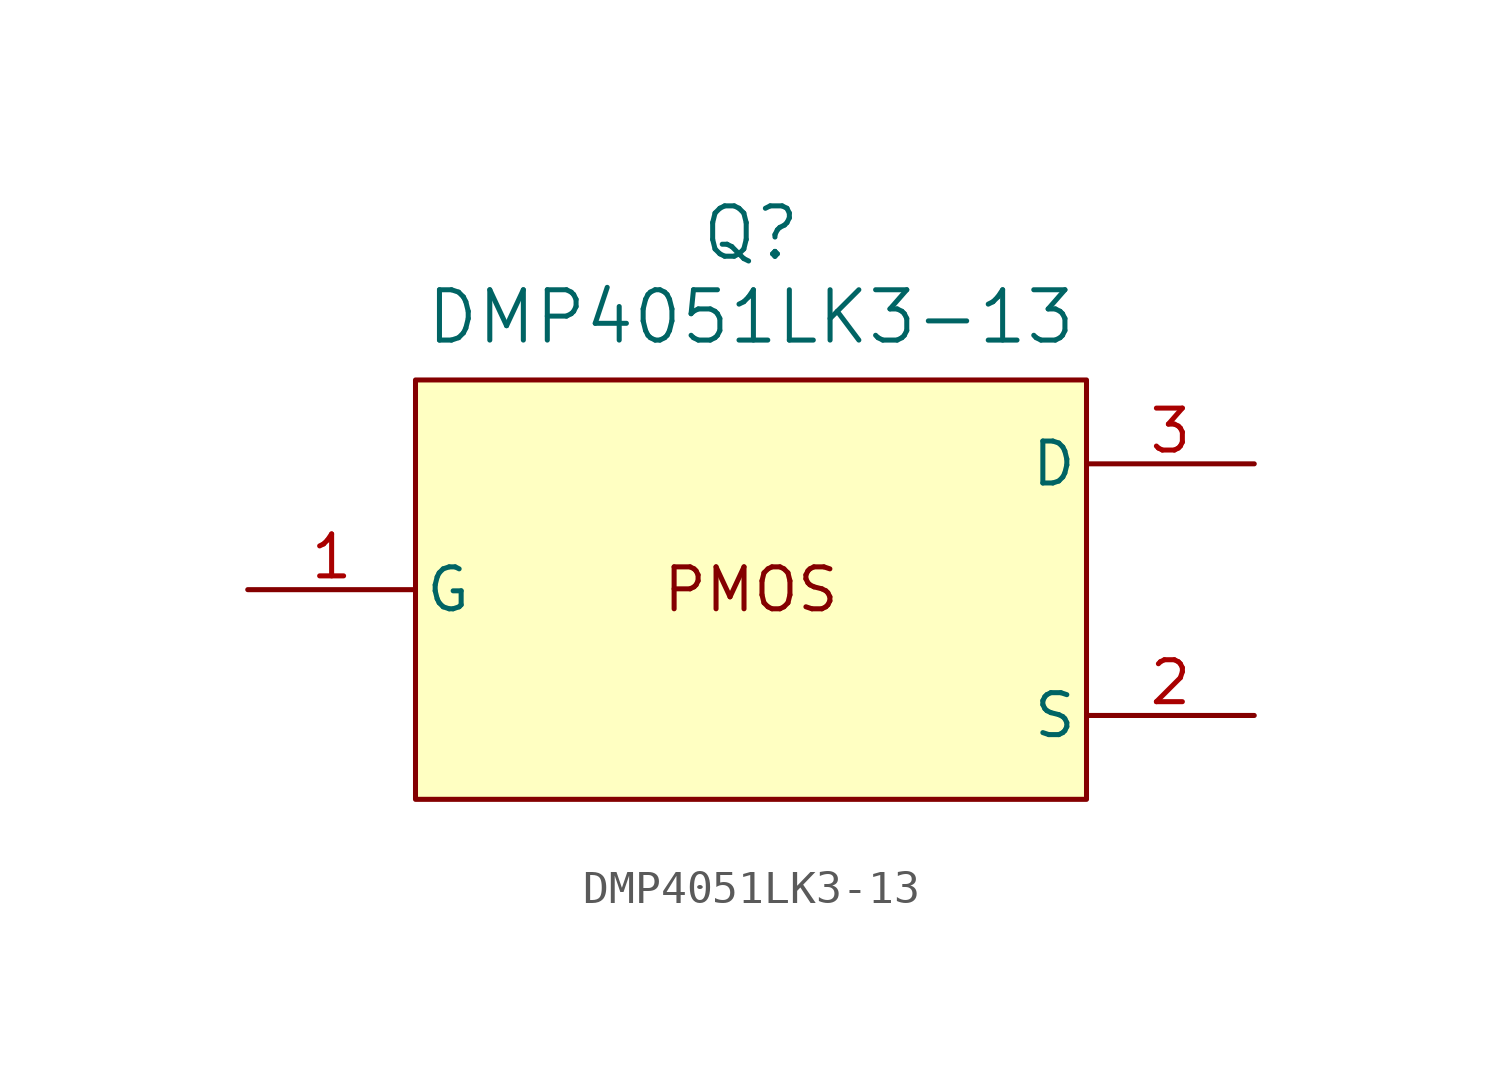
<source format=kicad_sym>
(kicad_symbol_lib
  (version 20220914)
  (generator kicad_symbol_editor)
  (symbol "DMP4051LK3-13"
    (pin_names
      (offset 0.254))
    (property "Reference" "Q"
      (at 0 10.795 0)
      (effects (font (size 1.524 1.524))))
    (property "Value" "DMP4051LK3-13"
      (at 0 8.255 0)
      (effects (font (size 1.524 1.524))))
    (property "ki_locked" ""
      (at 0 0 0)
      (effects (font (size 1.27 1.27))))
    (symbol "DMP4051LK3-13_1_1"
      (rectangle (start -10.16 6.35) (end 10.16 -6.35) (stroke (width 0) (type default)) (fill (type background)))
      (text "PMOS" (at 0 0 0) (effects (font (size 1.27 1.27))))
      (pin input line (at -15.24 0 0) (length 5.08) (name "G" (effects (font (size 1.27 1.27)))) (number "1" (effects (font (size 1.27 1.27)))))
      (pin passive line (at 15.24 -3.81 180) (length 5.08) (name "S" (effects (font (size 1.27 1.27)))) (number "2" (effects (font (size 1.27 1.27)))))
      (pin passive line (at 15.24 3.81 180) (length 5.08) (name "D" (effects (font (size 1.27 1.27)))) (number "3" (effects (font (size 1.27 1.27))))))))
</source>
